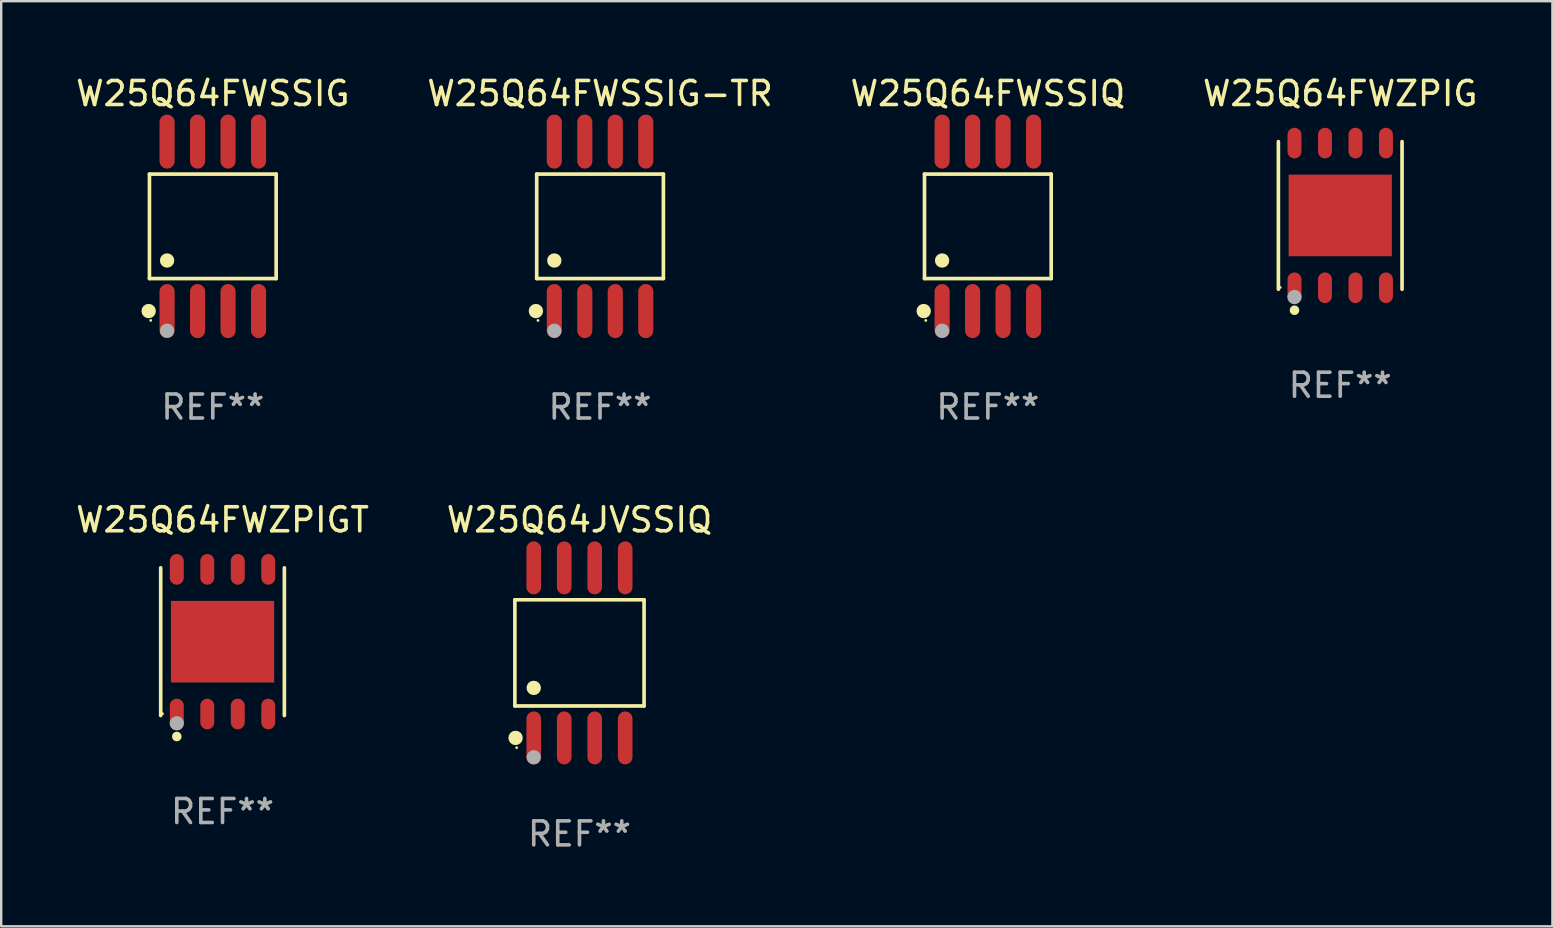
<source format=kicad_pcb>
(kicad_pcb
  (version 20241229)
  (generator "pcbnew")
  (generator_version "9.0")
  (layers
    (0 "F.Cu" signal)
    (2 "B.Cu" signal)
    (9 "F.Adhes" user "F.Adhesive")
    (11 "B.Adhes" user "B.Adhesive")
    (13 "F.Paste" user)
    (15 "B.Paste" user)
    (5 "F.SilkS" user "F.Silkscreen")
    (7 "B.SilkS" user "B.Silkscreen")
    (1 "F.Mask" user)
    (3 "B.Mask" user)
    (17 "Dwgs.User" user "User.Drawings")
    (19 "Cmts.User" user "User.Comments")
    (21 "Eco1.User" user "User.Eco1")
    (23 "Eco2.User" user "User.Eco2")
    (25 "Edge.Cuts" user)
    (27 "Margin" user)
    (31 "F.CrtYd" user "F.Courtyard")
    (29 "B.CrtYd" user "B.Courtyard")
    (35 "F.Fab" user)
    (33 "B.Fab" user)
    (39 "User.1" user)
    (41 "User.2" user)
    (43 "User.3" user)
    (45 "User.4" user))
  (footprint "W25Q64JVSSIQ"
    (layer "F.Cu")
    (at 21.089 24.147)
    (property "Reference" "W25Q64JVSSIQ" (at 0 -5.542 0) (layer "F.SilkS") (effects (font (size 1 1) (thickness 0.15))))
    (attr through_hole)
    (fp_line (start -2.691 -2.211) (end 2.691 -2.211) (stroke (width 0.152) (type solid)) (layer "F.SilkS"))
    (fp_line (start -2.691 2.211) (end -2.691 -2.211) (stroke (width 0.152) (type solid)) (layer "F.SilkS"))
    (fp_line (start 2.691 -2.211) (end 2.691 2.211) (stroke (width 0.152) (type solid)) (layer "F.SilkS"))
    (fp_line (start 2.691 2.211) (end -2.691 2.211) (stroke (width 0.152) (type solid)) (layer "F.SilkS"))
    (fp_circle (center -2.662 3.542) (end -2.512 3.542) (stroke (width 0.3) (type solid)) (fill no) (layer "F.SilkS"))
    (fp_circle (center -2.615 3.95) (end -2.585 3.95) (stroke (width 0.06) (type solid)) (fill no) (layer "F.SilkS"))
    (fp_circle (center -1.905 1.459) (end -1.755 1.459) (stroke (width 0.3) (type solid)) (fill no) (layer "F.SilkS"))
    (fp_circle (center -1.905 4.35) (end -1.755 4.35) (stroke (width 0.3) (type solid)) (fill no) (layer "F.Fab"))
    (fp_text user "REF**" (at 0 7.542 0) (layer "F.Fab") (effects (font (size 1 1) (thickness 0.15))))
    (pad "1" smd oval (at -1.905 3.542) (size 0.609 2.204) (layers "F.Cu" "F.Mask" "F.Paste"))
    (pad "2" smd oval (at -0.635 3.542) (size 0.609 2.204) (layers "F.Cu" "F.Mask" "F.Paste"))
    (pad "3" smd oval (at 0.635 3.542) (size 0.609 2.204) (layers "F.Cu" "F.Mask" "F.Paste"))
    (pad "4" smd oval (at 1.905 3.542) (size 0.609 2.204) (layers "F.Cu" "F.Mask" "F.Paste"))
    (pad "5" smd oval (at 1.905 -3.542) (size 0.609 2.204) (layers "F.Cu" "F.Mask" "F.Paste"))
    (pad "6" smd oval (at 0.635 -3.542) (size 0.609 2.204) (layers "F.Cu" "F.Mask" "F.Paste"))
    (pad "7" smd oval (at -0.635 -3.542) (size 0.609 2.204) (layers "F.Cu" "F.Mask" "F.Paste"))
    (pad "8" smd oval (at -1.905 -3.542) (size 0.609 2.204) (layers "F.Cu" "F.Mask" "F.Paste")))
  (footprint "W25Q64FWSSIG-TR"
    (layer "F.Cu")
    (at 21.946 6.378)
    (property "Reference" "W25Q64FWSSIG-TR" (at 0 -5.53 0) (layer "F.SilkS") (effects (font (size 1 1) (thickness 0.15))))
    (attr through_hole)
    (fp_line (start -2.639 -2.176) (end 2.639 -2.176) (stroke (width 0.152) (type solid)) (layer "F.SilkS"))
    (fp_line (start -2.639 2.176) (end -2.639 -2.176) (stroke (width 0.152) (type solid)) (layer "F.SilkS"))
    (fp_line (start 2.639 -2.176) (end 2.639 2.176) (stroke (width 0.152) (type solid)) (layer "F.SilkS"))
    (fp_line (start 2.639 2.176) (end -2.639 2.176) (stroke (width 0.152) (type solid)) (layer "F.SilkS"))
    (fp_circle (center -2.672 3.53) (end -2.522 3.53) (stroke (width 0.3) (type solid)) (fill no) (layer "F.SilkS"))
    (fp_circle (center -2.585 3.92) (end -2.555 3.92) (stroke (width 0.06) (type solid)) (fill no) (layer "F.SilkS"))
    (fp_circle (center -1.905 1.424) (end -1.755 1.424) (stroke (width 0.3) (type solid)) (fill no) (layer "F.SilkS"))
    (fp_circle (center -1.905 4.35) (end -1.755 4.35) (stroke (width 0.3) (type solid)) (fill no) (layer "F.Fab"))
    (fp_text user "REF**" (at 0 7.53 0) (layer "F.Fab") (effects (font (size 1 1) (thickness 0.15))))
    (pad "1" smd oval (at -1.905 3.53) (size 0.63 2.25) (layers "F.Cu" "F.Mask" "F.Paste"))
    (pad "2" smd oval (at -0.635 3.53) (size 0.63 2.25) (layers "F.Cu" "F.Mask" "F.Paste"))
    (pad "3" smd oval (at 0.635 3.53) (size 0.63 2.25) (layers "F.Cu" "F.Mask" "F.Paste"))
    (pad "4" smd oval (at 1.905 3.53) (size 0.63 2.25) (layers "F.Cu" "F.Mask" "F.Paste"))
    (pad "5" smd oval (at 1.905 -3.53) (size 0.63 2.25) (layers "F.Cu" "F.Mask" "F.Paste"))
    (pad "6" smd oval (at 0.635 -3.53) (size 0.63 2.25) (layers "F.Cu" "F.Mask" "F.Paste"))
    (pad "7" smd oval (at -0.635 -3.53) (size 0.63 2.25) (layers "F.Cu" "F.Mask" "F.Paste"))
    (pad "8" smd oval (at -1.905 -3.53) (size 0.63 2.25) (layers "F.Cu" "F.Mask" "F.Paste")))
  (footprint "W25Q64FWZPIGT"
    (layer "F.Cu")
    (at 6.22 23.681)
    (property "Reference" "W25Q64FWZPIGT" (at 0 -5.076 0) (layer "F.SilkS") (effects (font (size 1 1) (thickness 0.15))))
    (attr through_hole)
    (fp_line (start -2.576 3.076) (end -2.576 -3.076) (stroke (width 0.152) (type solid)) (layer "F.SilkS"))
    (fp_line (start 2.576 -3.076) (end 2.576 3.076) (stroke (width 0.152) (type solid)) (layer "F.SilkS"))
    (fp_circle (center -2.5 3) (end -2.47 3) (stroke (width 0.06) (type solid)) (fill no) (layer "F.SilkS"))
    (fp_circle (center -1.905 3.95) (end -1.805 3.95) (stroke (width 0.2) (type solid)) (fill no) (layer "F.SilkS"))
    (fp_circle (center -1.905 3.4) (end -1.755 3.4) (stroke (width 0.3) (type solid)) (fill no) (layer "F.Fab"))
    (fp_text user "REF**" (at 0 7.076 0) (layer "F.Fab") (effects (font (size 1 1) (thickness 0.15))))
    (pad "1" smd oval (at -1.905 3.013) (size 0.581 1.276) (layers "F.Cu" "F.Mask" "F.Paste"))
    (pad "2" smd oval (at -0.635 3.013) (size 0.581 1.276) (layers "F.Cu" "F.Mask" "F.Paste"))
    (pad "3" smd oval (at 0.635 3.013) (size 0.581 1.276) (layers "F.Cu" "F.Mask" "F.Paste"))
    (pad "4" smd oval (at 1.905 3.013) (size 0.581 1.276) (layers "F.Cu" "F.Mask" "F.Paste"))
    (pad "5" smd oval (at 1.905 -3.013) (size 0.581 1.276) (layers "F.Cu" "F.Mask" "F.Paste"))
    (pad "6" smd oval (at 0.635 -3.013) (size 0.581 1.276) (layers "F.Cu" "F.Mask" "F.Paste"))
    (pad "7" smd oval (at -0.635 -3.013) (size 0.581 1.276) (layers "F.Cu" "F.Mask" "F.Paste"))
    (pad "8" smd oval (at -1.905 -3.013) (size 0.581 1.276) (layers "F.Cu" "F.Mask" "F.Paste"))
    (pad "9" smd rect (at 0 0) (size 4.3 3.4) (layers "F.Cu" "F.Mask" "F.Paste")))
  (footprint "W25Q64FWSSIQ"
    (layer "F.Cu")
    (at 38.101 6.378)
    (property "Reference" "W25Q64FWSSIQ" (at 0 -5.53 0) (layer "F.SilkS") (effects (font (size 1 1) (thickness 0.15))))
    (attr through_hole)
    (fp_line (start -2.639 -2.176) (end 2.639 -2.176) (stroke (width 0.152) (type solid)) (layer "F.SilkS"))
    (fp_line (start -2.639 2.176) (end -2.639 -2.176) (stroke (width 0.152) (type solid)) (layer "F.SilkS"))
    (fp_line (start 2.639 -2.176) (end 2.639 2.176) (stroke (width 0.152) (type solid)) (layer "F.SilkS"))
    (fp_line (start 2.639 2.176) (end -2.639 2.176) (stroke (width 0.152) (type solid)) (layer "F.SilkS"))
    (fp_circle (center -2.672 3.53) (end -2.522 3.53) (stroke (width 0.3) (type solid)) (fill no) (layer "F.SilkS"))
    (fp_circle (center -2.585 3.92) (end -2.555 3.92) (stroke (width 0.06) (type solid)) (fill no) (layer "F.SilkS"))
    (fp_circle (center -1.905 1.424) (end -1.755 1.424) (stroke (width 0.3) (type solid)) (fill no) (layer "F.SilkS"))
    (fp_circle (center -1.905 4.35) (end -1.755 4.35) (stroke (width 0.3) (type solid)) (fill no) (layer "F.Fab"))
    (fp_text user "REF**" (at 0 7.53 0) (layer "F.Fab") (effects (font (size 1 1) (thickness 0.15))))
    (pad "1" smd oval (at -1.905 3.53) (size 0.63 2.25) (layers "F.Cu" "F.Mask" "F.Paste"))
    (pad "2" smd oval (at -0.635 3.53) (size 0.63 2.25) (layers "F.Cu" "F.Mask" "F.Paste"))
    (pad "3" smd oval (at 0.635 3.53) (size 0.63 2.25) (layers "F.Cu" "F.Mask" "F.Paste"))
    (pad "4" smd oval (at 1.905 3.53) (size 0.63 2.25) (layers "F.Cu" "F.Mask" "F.Paste"))
    (pad "5" smd oval (at 1.905 -3.53) (size 0.63 2.25) (layers "F.Cu" "F.Mask" "F.Paste"))
    (pad "6" smd oval (at 0.635 -3.53) (size 0.63 2.25) (layers "F.Cu" "F.Mask" "F.Paste"))
    (pad "7" smd oval (at -0.635 -3.53) (size 0.63 2.25) (layers "F.Cu" "F.Mask" "F.Paste"))
    (pad "8" smd oval (at -1.905 -3.53) (size 0.63 2.25) (layers "F.Cu" "F.Mask" "F.Paste")))
  (footprint "W25Q64FWSSIG"
    (layer "F.Cu")
    (at 5.815 6.378)
    (property "Reference" "W25Q64FWSSIG" (at 0 -5.53 0) (layer "F.SilkS") (effects (font (size 1 1) (thickness 0.15))))
    (attr through_hole)
    (fp_line (start -2.639 -2.176) (end 2.639 -2.176) (stroke (width 0.152) (type solid)) (layer "F.SilkS"))
    (fp_line (start -2.639 2.176) (end -2.639 -2.176) (stroke (width 0.152) (type solid)) (layer "F.SilkS"))
    (fp_line (start 2.639 -2.176) (end 2.639 2.176) (stroke (width 0.152) (type solid)) (layer "F.SilkS"))
    (fp_line (start 2.639 2.176) (end -2.639 2.176) (stroke (width 0.152) (type solid)) (layer "F.SilkS"))
    (fp_circle (center -2.672 3.53) (end -2.522 3.53) (stroke (width 0.3) (type solid)) (fill no) (layer "F.SilkS"))
    (fp_circle (center -2.585 3.92) (end -2.555 3.92) (stroke (width 0.06) (type solid)) (fill no) (layer "F.SilkS"))
    (fp_circle (center -1.905 1.424) (end -1.755 1.424) (stroke (width 0.3) (type solid)) (fill no) (layer "F.SilkS"))
    (fp_circle (center -1.905 4.35) (end -1.755 4.35) (stroke (width 0.3) (type solid)) (fill no) (layer "F.Fab"))
    (fp_text user "REF**" (at 0 7.53 0) (layer "F.Fab") (effects (font (size 1 1) (thickness 0.15))))
    (pad "1" smd oval (at -1.905 3.53) (size 0.63 2.25) (layers "F.Cu" "F.Mask" "F.Paste"))
    (pad "2" smd oval (at -0.635 3.53) (size 0.63 2.25) (layers "F.Cu" "F.Mask" "F.Paste"))
    (pad "3" smd oval (at 0.635 3.53) (size 0.63 2.25) (layers "F.Cu" "F.Mask" "F.Paste"))
    (pad "4" smd oval (at 1.905 3.53) (size 0.63 2.25) (layers "F.Cu" "F.Mask" "F.Paste"))
    (pad "5" smd oval (at 1.905 -3.53) (size 0.63 2.25) (layers "F.Cu" "F.Mask" "F.Paste"))
    (pad "6" smd oval (at 0.635 -3.53) (size 0.63 2.25) (layers "F.Cu" "F.Mask" "F.Paste"))
    (pad "7" smd oval (at -0.635 -3.53) (size 0.63 2.25) (layers "F.Cu" "F.Mask" "F.Paste"))
    (pad "8" smd oval (at -1.905 -3.53) (size 0.63 2.25) (layers "F.Cu" "F.Mask" "F.Paste")))
  (footprint "W25Q64FWZPIG"
    (layer "F.Cu")
    (at 52.78 5.924)
    (property "Reference" "W25Q64FWZPIG" (at 0 -5.076 0) (layer "F.SilkS") (effects (font (size 1 1) (thickness 0.15))))
    (attr through_hole)
    (fp_line (start -2.576 3.076) (end -2.576 -3.076) (stroke (width 0.152) (type solid)) (layer "F.SilkS"))
    (fp_line (start 2.576 -3.076) (end 2.576 3.076) (stroke (width 0.152) (type solid)) (layer "F.SilkS"))
    (fp_circle (center -2.5 3) (end -2.47 3) (stroke (width 0.06) (type solid)) (fill no) (layer "F.SilkS"))
    (fp_circle (center -1.905 3.95) (end -1.805 3.95) (stroke (width 0.2) (type solid)) (fill no) (layer "F.SilkS"))
    (fp_circle (center -1.905 3.4) (end -1.755 3.4) (stroke (width 0.3) (type solid)) (fill no) (layer "F.Fab"))
    (fp_text user "REF**" (at 0 7.076 0) (layer "F.Fab") (effects (font (size 1 1) (thickness 0.15))))
    (pad "1" smd oval (at -1.905 3.013) (size 0.581 1.276) (layers "F.Cu" "F.Mask" "F.Paste"))
    (pad "2" smd oval (at -0.635 3.013) (size 0.581 1.276) (layers "F.Cu" "F.Mask" "F.Paste"))
    (pad "3" smd oval (at 0.635 3.013) (size 0.581 1.276) (layers "F.Cu" "F.Mask" "F.Paste"))
    (pad "4" smd oval (at 1.905 3.013) (size 0.581 1.276) (layers "F.Cu" "F.Mask" "F.Paste"))
    (pad "5" smd oval (at 1.905 -3.013) (size 0.581 1.276) (layers "F.Cu" "F.Mask" "F.Paste"))
    (pad "6" smd oval (at 0.635 -3.013) (size 0.581 1.276) (layers "F.Cu" "F.Mask" "F.Paste"))
    (pad "7" smd oval (at -0.635 -3.013) (size 0.581 1.276) (layers "F.Cu" "F.Mask" "F.Paste"))
    (pad "8" smd oval (at -1.905 -3.013) (size 0.581 1.276) (layers "F.Cu" "F.Mask" "F.Paste"))
    (pad "9" smd rect (at 0 0) (size 4.3 3.4) (layers "F.Cu" "F.Mask" "F.Paste")))
  (gr_rect
    (start -3 -3)
    (end 61.619 35.538)
    (stroke (width 0.1) (type default))
    (fill no)
    (layer "Edge.Cuts")))
</source>
